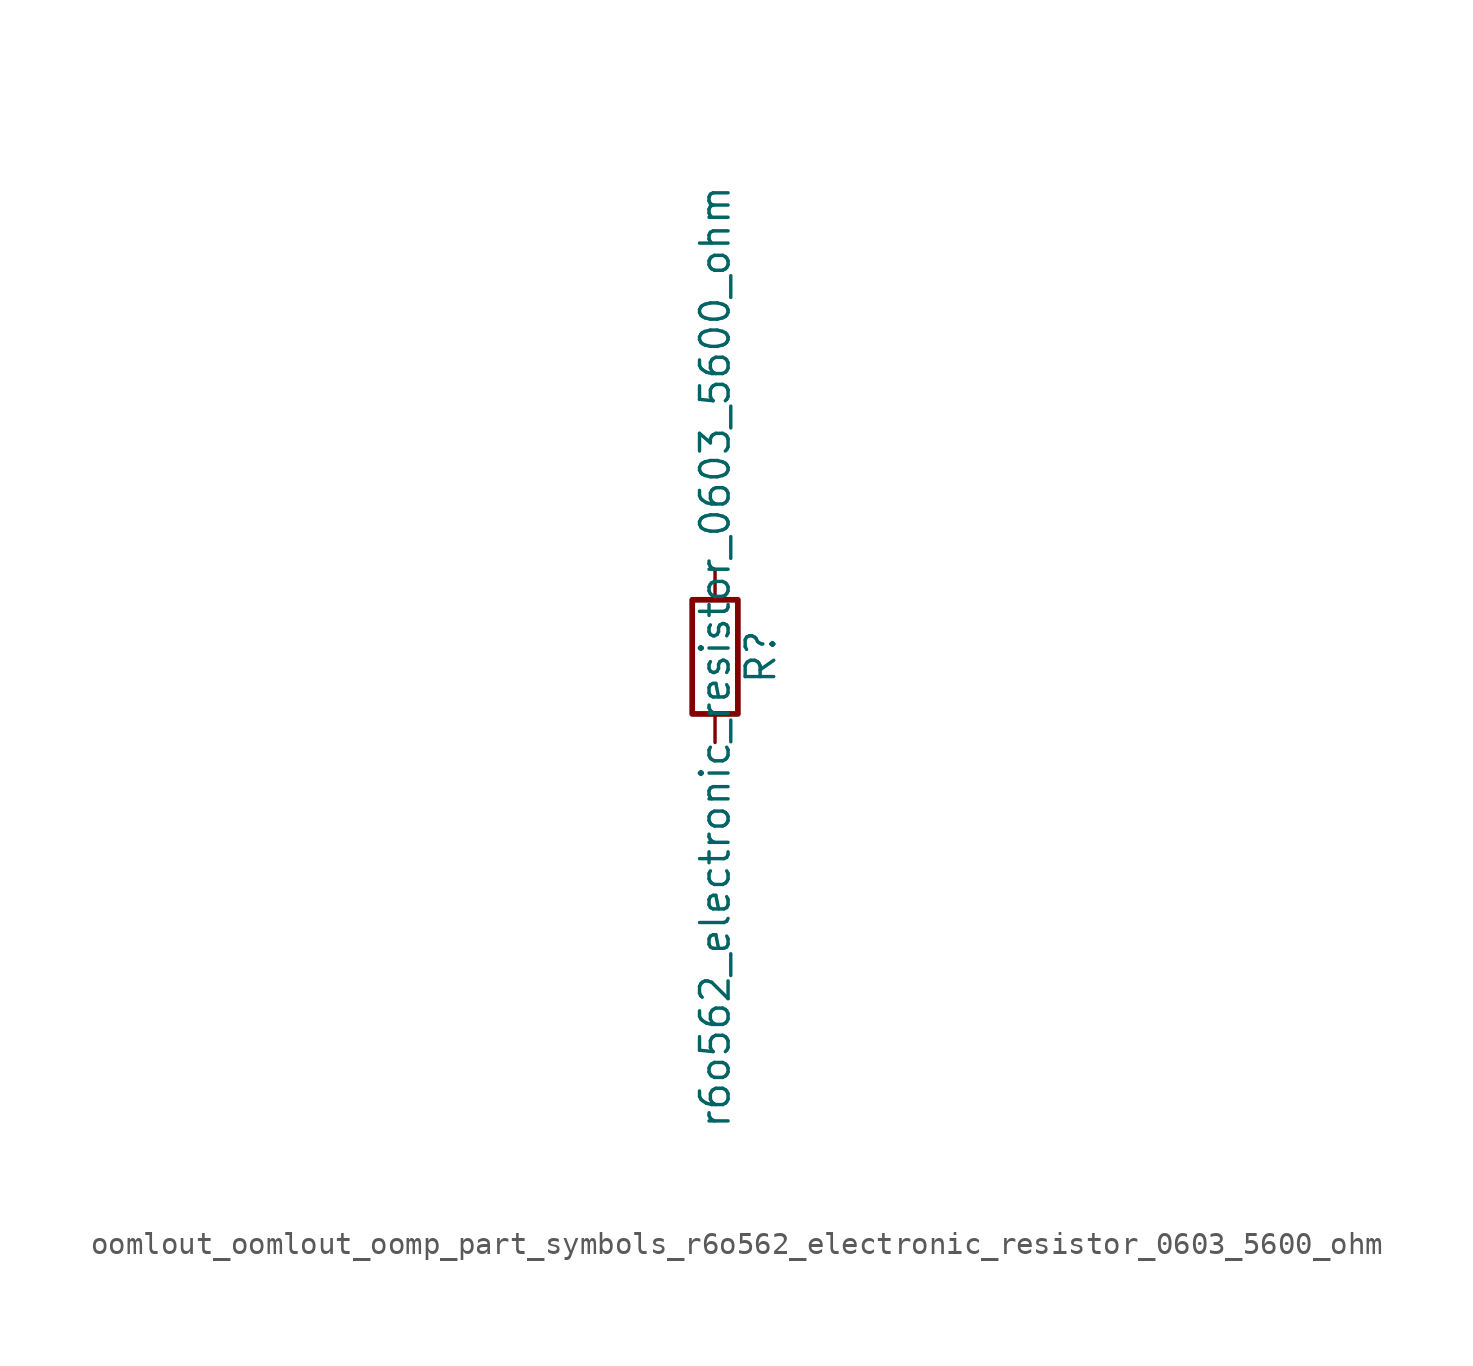
<source format=kicad_sym>
(kicad_symbol_lib
  (version 20220914)
  (generator kicad_symbol_editor)
  (symbol "oomlout_oomlout_oomp_part_symbols_r6o562_electronic_resistor_0603_5600_ohm"
    (pin_numbers hide)
    (pin_names
      (offset 0))
    (property "Reference" "R"
      (at 2.032 0 90)
      (effects (font (size 1.27 1.27))))
    (property "Value" "r6o562_electronic_resistor_0603_5600_ohm"
      (at 0 0 90)
      (effects (font (size 1.27 1.27))))
    (symbol "oomlout_oomlout_oomp_part_symbols_r6o562_electronic_resistor_0603_5600_ohm_0_1"
      (rectangle (start -1.016 -2.54) (end 1.016 2.54) (stroke (width 0.254) (type default)) (fill (type none))))
    (symbol "oomlout_oomlout_oomp_part_symbols_r6o562_electronic_resistor_0603_5600_ohm_1_1"
      (pin passive line (at 0 3.81 270) (length 1.27) (name "~" (effects (font (size 1.27 1.27)))) (number "1" (effects (font (size 1.27 1.27)))))
      (pin passive line (at 0 -3.81 90) (length 1.27) (name "~" (effects (font (size 1.27 1.27)))) (number "2" (effects (font (size 1.27 1.27))))))))
</source>
